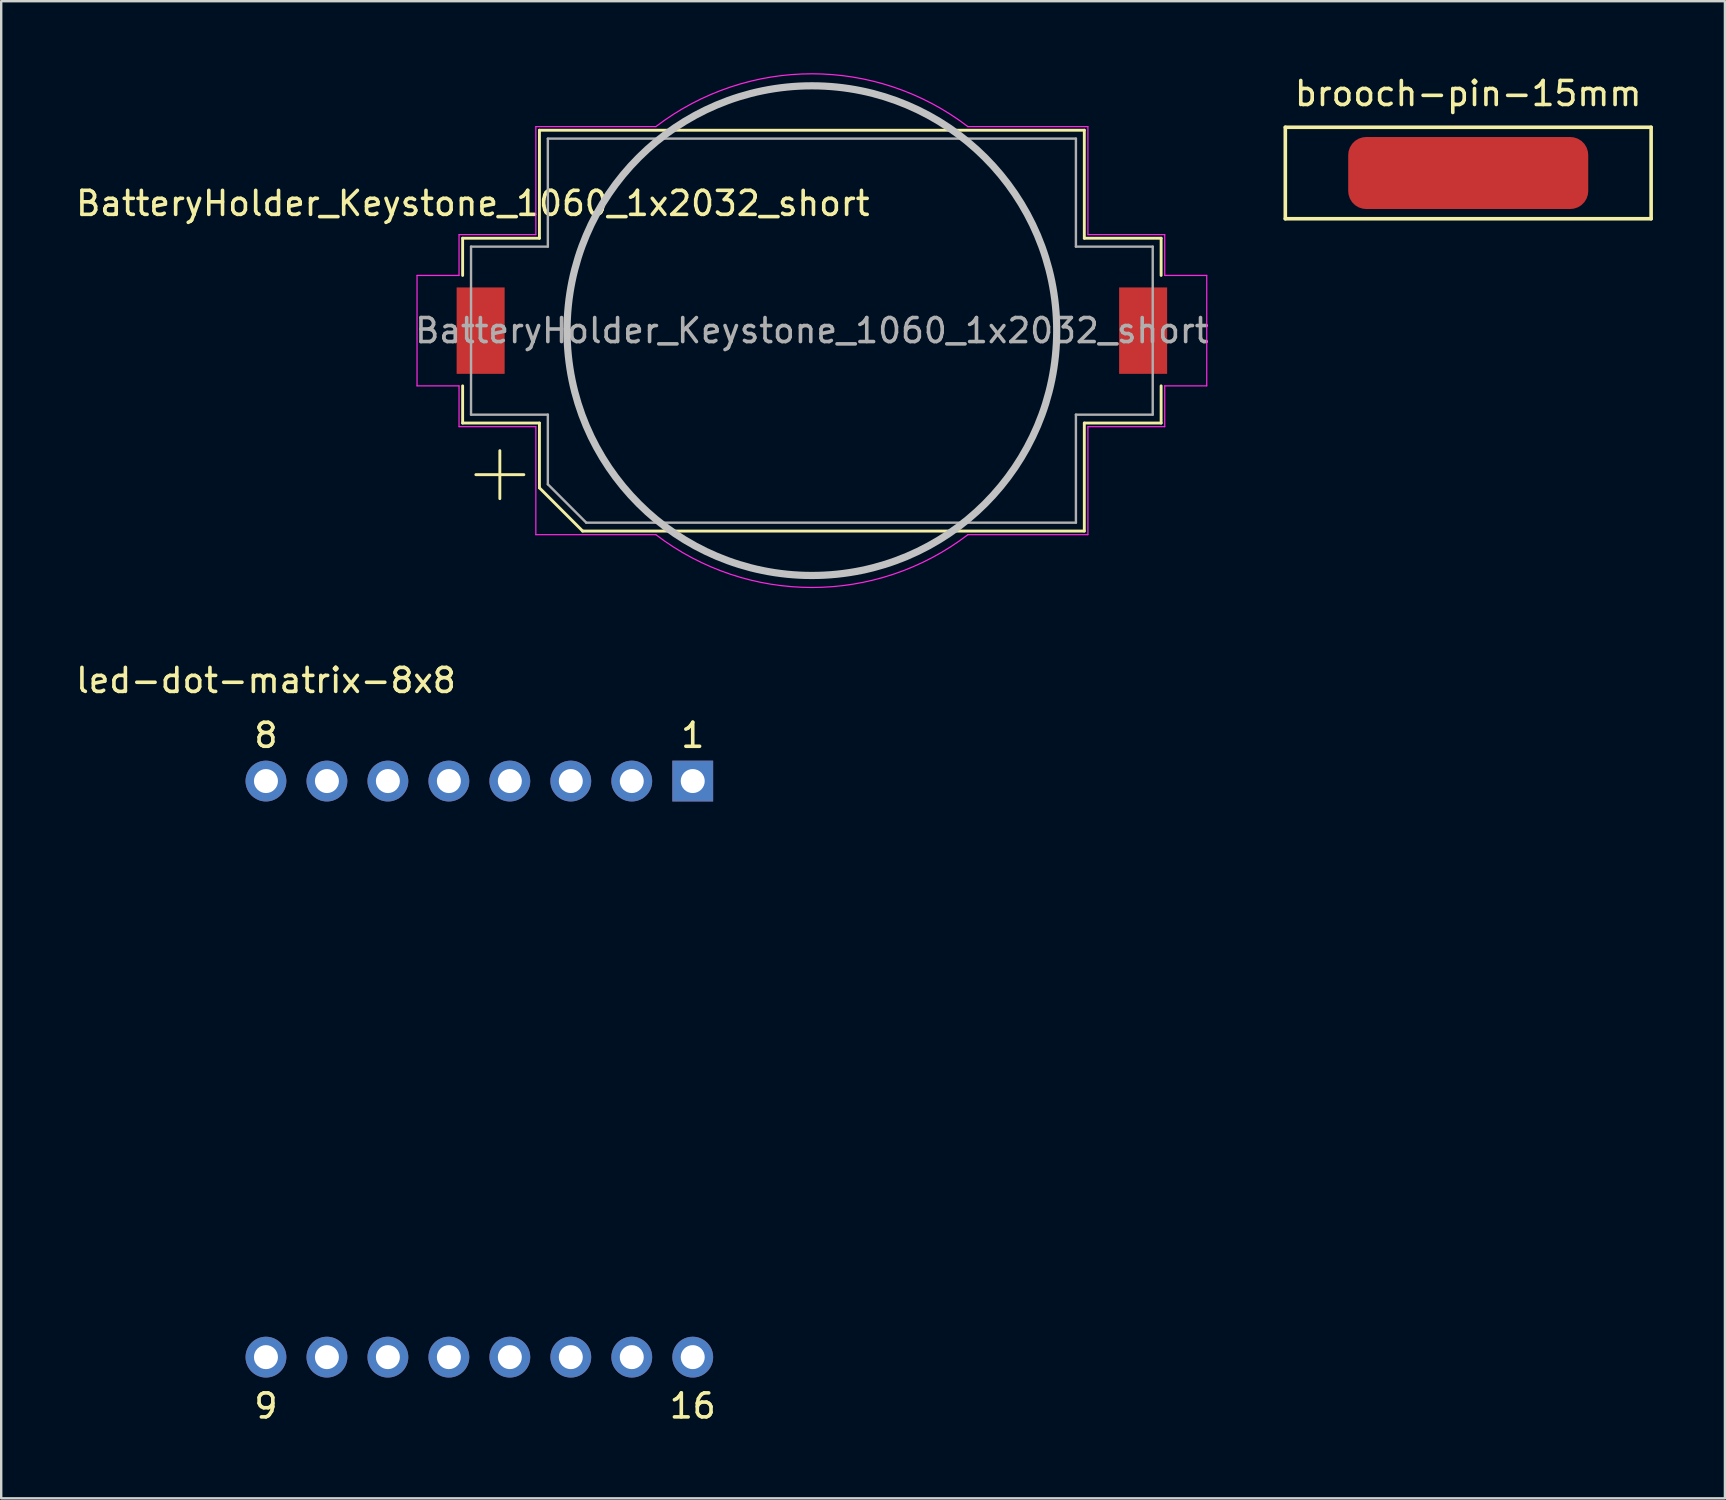
<source format=kicad_pcb>
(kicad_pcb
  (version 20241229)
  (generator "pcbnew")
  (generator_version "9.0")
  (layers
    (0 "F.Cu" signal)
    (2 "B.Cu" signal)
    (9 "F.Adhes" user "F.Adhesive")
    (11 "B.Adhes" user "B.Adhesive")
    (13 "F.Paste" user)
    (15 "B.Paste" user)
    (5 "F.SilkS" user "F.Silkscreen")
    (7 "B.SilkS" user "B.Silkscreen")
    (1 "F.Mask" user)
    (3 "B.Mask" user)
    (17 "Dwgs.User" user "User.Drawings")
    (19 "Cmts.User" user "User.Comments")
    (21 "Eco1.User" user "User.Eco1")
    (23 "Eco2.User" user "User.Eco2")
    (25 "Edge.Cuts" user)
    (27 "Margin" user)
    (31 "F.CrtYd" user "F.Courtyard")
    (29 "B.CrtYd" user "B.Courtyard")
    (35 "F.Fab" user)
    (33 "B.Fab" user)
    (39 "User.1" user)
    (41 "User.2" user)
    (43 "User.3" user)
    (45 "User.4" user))
  (footprint "led-dot-matrix-8x8"
    (layer "F.Cu")
    (at 8.03 29.49)
    (property "Reference" "led-dot-matrix-8x8" (at 0 -4.191 0) (layer "F.SilkS") (effects (font (size 1 1) (thickness 0.15))))
    (attr through_hole)
    (fp_text user "8" (at 0 -1.905 0) (layer "F.SilkS") (effects (font (size 1 1) (thickness 0.15))))
    (fp_text user "1" (at 17.78 -1.905 0) (layer "F.SilkS") (effects (font (size 1 1) (thickness 0.15))))
    (fp_text user "9" (at 0 26.035 0) (layer "F.SilkS") (effects (font (size 1 1) (thickness 0.15))))
    (fp_text user "16" (at 17.78 26.035 0) (layer "F.SilkS") (effects (font (size 1 1) (thickness 0.15))))
    (pad "1" thru_hole rect (at 17.78 0) (size 1.7 1.7) (drill 1) (layers "*.Cu" "*.Mask"))
    (pad "2" thru_hole circle (at 15.24 0) (size 1.7 1.7) (drill 1) (layers "*.Cu" "*.Mask"))
    (pad "3" thru_hole circle (at 12.7 0) (size 1.7 1.7) (drill 1) (layers "*.Cu" "*.Mask"))
    (pad "4" thru_hole circle (at 10.16 0) (size 1.7 1.7) (drill 1) (layers "*.Cu" "*.Mask"))
    (pad "5" thru_hole circle (at 7.62 0) (size 1.7 1.7) (drill 1) (layers "*.Cu" "*.Mask"))
    (pad "6" thru_hole circle (at 5.08 0) (size 1.7 1.7) (drill 1) (layers "*.Cu" "*.Mask"))
    (pad "7" thru_hole circle (at 2.54 0) (size 1.7 1.7) (drill 1) (layers "*.Cu" "*.Mask"))
    (pad "8" thru_hole circle (at 0 0) (size 1.7 1.7) (drill 1) (layers "*.Cu" "*.Mask"))
    (pad "9" thru_hole circle (at 0 24) (size 1.7 1.7) (drill 1) (layers "*.Cu" "*.Mask"))
    (pad "10" thru_hole circle (at 2.54 24) (size 1.7 1.7) (drill 1) (layers "*.Cu" "*.Mask"))
    (pad "11" thru_hole circle (at 5.08 24) (size 1.7 1.7) (drill 1) (layers "*.Cu" "*.Mask"))
    (pad "12" thru_hole circle (at 7.62 24) (size 1.7 1.7) (drill 1) (layers "*.Cu" "*.Mask"))
    (pad "13" thru_hole circle (at 10.16 24) (size 1.7 1.7) (drill 1) (layers "*.Cu" "*.Mask"))
    (pad "14" thru_hole circle (at 12.7 24) (size 1.7 1.7) (drill 1) (layers "*.Cu" "*.Mask"))
    (pad "15" thru_hole circle (at 15.24 24) (size 1.7 1.7) (drill 1) (layers "*.Cu" "*.Mask"))
    (pad "16" thru_hole circle (at 17.78 24) (size 1.7 1.7) (drill 1) (layers "*.Cu" "*.Mask")))
  (footprint "BatteryHolder_Keystone_1060_1x2032_short"
    (layer "F.Cu")
    (at 30.774 10.725)
    (property "Reference" "BatteryHolder_Keystone_1060_1x2032_short" (at -14.125 -5.3 0) (layer "F.SilkS") (effects (font (size 1 1) (thickness 0.15))))
    (attr smd)
    (fp_line (start -14.55 -3.85) (end -14.55 -2.3) (stroke (width 0.12) (type solid)) (layer "F.SilkS"))
    (fp_line (start -14.55 3.85) (end -14.55 2.3) (stroke (width 0.12) (type solid)) (layer "F.SilkS"))
    (fp_line (start -13 5) (end -13 7) (stroke (width 0.12) (type solid)) (layer "F.SilkS"))
    (fp_line (start -12 6) (end -14 6) (stroke (width 0.12) (type solid)) (layer "F.SilkS"))
    (fp_line (start -11.35 -8.35) (end -11.35 -3.85) (stroke (width 0.12) (type solid)) (layer "F.SilkS"))
    (fp_line (start -11.35 -8.35) (end 11.35 -8.35) (stroke (width 0.12) (type solid)) (layer "F.SilkS"))
    (fp_line (start -11.35 -3.85) (end -14.55 -3.85) (stroke (width 0.12) (type solid)) (layer "F.SilkS"))
    (fp_line (start -11.35 3.85) (end -14.55 3.85) (stroke (width 0.12) (type solid)) (layer "F.SilkS"))
    (fp_line (start -11.35 6.55) (end -11.35 3.85) (stroke (width 0.12) (type solid)) (layer "F.SilkS"))
    (fp_line (start -9.55 8.35) (end -11.35 6.55) (stroke (width 0.12) (type solid)) (layer "F.SilkS"))
    (fp_line (start 11.35 -8.35) (end 11.35 -3.85) (stroke (width 0.12) (type solid)) (layer "F.SilkS"))
    (fp_line (start 11.35 -3.85) (end 14.55 -3.85) (stroke (width 0.12) (type solid)) (layer "F.SilkS"))
    (fp_line (start 11.35 3.85) (end 14.55 3.85) (stroke (width 0.12) (type solid)) (layer "F.SilkS"))
    (fp_line (start 11.35 8.35) (end -9.55 8.35) (stroke (width 0.12) (type solid)) (layer "F.SilkS"))
    (fp_line (start 11.35 8.35) (end 11.35 3.85) (stroke (width 0.12) (type solid)) (layer "F.SilkS"))
    (fp_line (start 14.55 -3.85) (end 14.55 -2.3) (stroke (width 0.12) (type solid)) (layer "F.SilkS"))
    (fp_line (start 14.55 3.85) (end 14.55 2.3) (stroke (width 0.12) (type solid)) (layer "F.SilkS"))
    (fp_circle (center 0 0) (end -10.2 0) (stroke (width 0.3) (type solid)) (fill no) (layer "Dwgs.User"))
    (fp_line (start -16.45 2.3) (end -16.45 -2.3) (stroke (width 0.05) (type solid)) (layer "F.CrtYd"))
    (fp_line (start -14.7 -4) (end -11.5 -4) (stroke (width 0.05) (type solid)) (layer "F.CrtYd"))
    (fp_line (start -14.7 -2.3) (end -16.45 -2.3) (stroke (width 0.05) (type solid)) (layer "F.CrtYd"))
    (fp_line (start -14.7 -2.3) (end -14.7 -4) (stroke (width 0.05) (type solid)) (layer "F.CrtYd"))
    (fp_line (start -14.7 2.3) (end -16.45 2.3) (stroke (width 0.05) (type solid)) (layer "F.CrtYd"))
    (fp_line (start -14.7 4) (end -14.7 2.3) (stroke (width 0.05) (type solid)) (layer "F.CrtYd"))
    (fp_line (start -14.7 4) (end -11.5 4) (stroke (width 0.05) (type solid)) (layer "F.CrtYd"))
    (fp_line (start -11.5 -8.5) (end -6.5 -8.5) (stroke (width 0.05) (type solid)) (layer "F.CrtYd"))
    (fp_line (start -11.5 -4) (end -11.5 -8.5) (stroke (width 0.05) (type solid)) (layer "F.CrtYd"))
    (fp_line (start -11.5 4) (end -11.5 8.5) (stroke (width 0.05) (type solid)) (layer "F.CrtYd"))
    (fp_line (start -6.5 8.5) (end -11.5 8.5) (stroke (width 0.05) (type solid)) (layer "F.CrtYd"))
    (fp_line (start 11.5 -8.5) (end 6.5 -8.5) (stroke (width 0.05) (type solid)) (layer "F.CrtYd"))
    (fp_line (start 11.5 -8.5) (end 11.5 -4) (stroke (width 0.05) (type solid)) (layer "F.CrtYd"))
    (fp_line (start 11.5 -4) (end 14.7 -4) (stroke (width 0.05) (type solid)) (layer "F.CrtYd"))
    (fp_line (start 11.5 4) (end 11.5 8.5) (stroke (width 0.05) (type solid)) (layer "F.CrtYd"))
    (fp_line (start 11.5 8.5) (end 6.5 8.5) (stroke (width 0.05) (type solid)) (layer "F.CrtYd"))
    (fp_line (start 14.7 -4) (end 14.7 -2.3) (stroke (width 0.05) (type solid)) (layer "F.CrtYd"))
    (fp_line (start 14.7 -2.3) (end 16.45 -2.3) (stroke (width 0.05) (type solid)) (layer "F.CrtYd"))
    (fp_line (start 14.7 2.3) (end 14.7 4) (stroke (width 0.05) (type solid)) (layer "F.CrtYd"))
    (fp_line (start 14.7 4) (end 11.5 4) (stroke (width 0.05) (type solid)) (layer "F.CrtYd"))
    (fp_line (start 16.45 -2.3) (end 16.45 2.3) (stroke (width 0.05) (type solid)) (layer "F.CrtYd"))
    (fp_line (start 16.45 2.3) (end 14.7 2.3) (stroke (width 0.05) (type solid)) (layer "F.CrtYd"))
    (fp_arc (start -6.499999 -8.5) (mid 0 -10.700467) (end 6.5 -8.5) (stroke (width 0.05) (type solid)) (layer "F.CrtYd"))
    (fp_arc (start 6.499999 8.5) (mid 0 10.700467) (end -6.5 8.5) (stroke (width 0.05) (type solid)) (layer "F.CrtYd"))
    (fp_line (start -14.2 -3.5) (end -11 -3.5) (stroke (width 0.1) (type solid)) (layer "F.Fab"))
    (fp_line (start -14.2 3.5) (end -14.2 -3.5) (stroke (width 0.1) (type solid)) (layer "F.Fab"))
    (fp_line (start -11 -8) (end -11 -3.5) (stroke (width 0.1) (type solid)) (layer "F.Fab"))
    (fp_line (start -11 3.5) (end -14.2 3.5) (stroke (width 0.1) (type solid)) (layer "F.Fab"))
    (fp_line (start -11 6.4) (end -11 3.5) (stroke (width 0.1) (type solid)) (layer "F.Fab"))
    (fp_line (start -9.4 8) (end -11 6.4) (stroke (width 0.1) (type solid)) (layer "F.Fab"))
    (fp_line (start 11 -8) (end -11 -8) (stroke (width 0.1) (type solid)) (layer "F.Fab"))
    (fp_line (start 11 -8) (end 11 -3.5) (stroke (width 0.1) (type solid)) (layer "F.Fab"))
    (fp_line (start 11 3.5) (end 14.2 3.5) (stroke (width 0.1) (type solid)) (layer "F.Fab"))
    (fp_line (start 11 8) (end -9.4 8) (stroke (width 0.1) (type solid)) (layer "F.Fab"))
    (fp_line (start 11 8) (end 11 3.5) (stroke (width 0.1) (type solid)) (layer "F.Fab"))
    (fp_line (start 14.2 -3.5) (end 11 -3.5) (stroke (width 0.1) (type solid)) (layer "F.Fab"))
    (fp_line (start 14.2 3.5) (end 14.2 -3.5) (stroke (width 0.1) (type solid)) (layer "F.Fab"))
    (fp_text user "${REFERENCE}" (at 0 0 0) (layer "F.Fab") (effects (font (size 1 1) (thickness 0.15))))
    (pad "1" smd rect (at -13.8 0 180) (size 2 3.6) (layers "F.Cu" "F.Mask" "F.Paste"))
    (pad "2" smd rect (at 13.8 0 180) (size 2 3.6) (layers "F.Cu" "F.Mask" "F.Paste")))
  (footprint "brooch-pin-15mm"
    (layer "F.Cu")
    (at 58.118 4.158)
    (property "Reference" "brooch-pin-15mm" (at 0 -3.31 0) (layer "F.SilkS") (effects (font (size 1 1) (thickness 0.15))))
    (attr through_hole)
    (fp_line (start -7.62 -1.905) (end -7.62 1.905) (stroke (width 0.15) (type solid)) (layer "F.SilkS"))
    (fp_line (start -7.62 -1.905) (end 7.62 -1.905) (stroke (width 0.15) (type solid)) (layer "F.SilkS"))
    (fp_line (start -7.62 1.905) (end 7.62 1.905) (stroke (width 0.15) (type solid)) (layer "F.SilkS"))
    (fp_line (start 7.62 1.905) (end 7.62 -1.905) (stroke (width 0.15) (type solid)) (layer "F.SilkS"))
    (pad "1" smd roundrect (at 0 0) (size 10 3) (layers "F.Cu" "F.Mask" "F.Paste") (roundrect_rratio 0.25)))
  (gr_rect
    (start -3 -3)
    (end 68.813 59.373)
    (stroke (width 0.1) (type default))
    (fill no)
    (layer "Edge.Cuts")))
</source>
